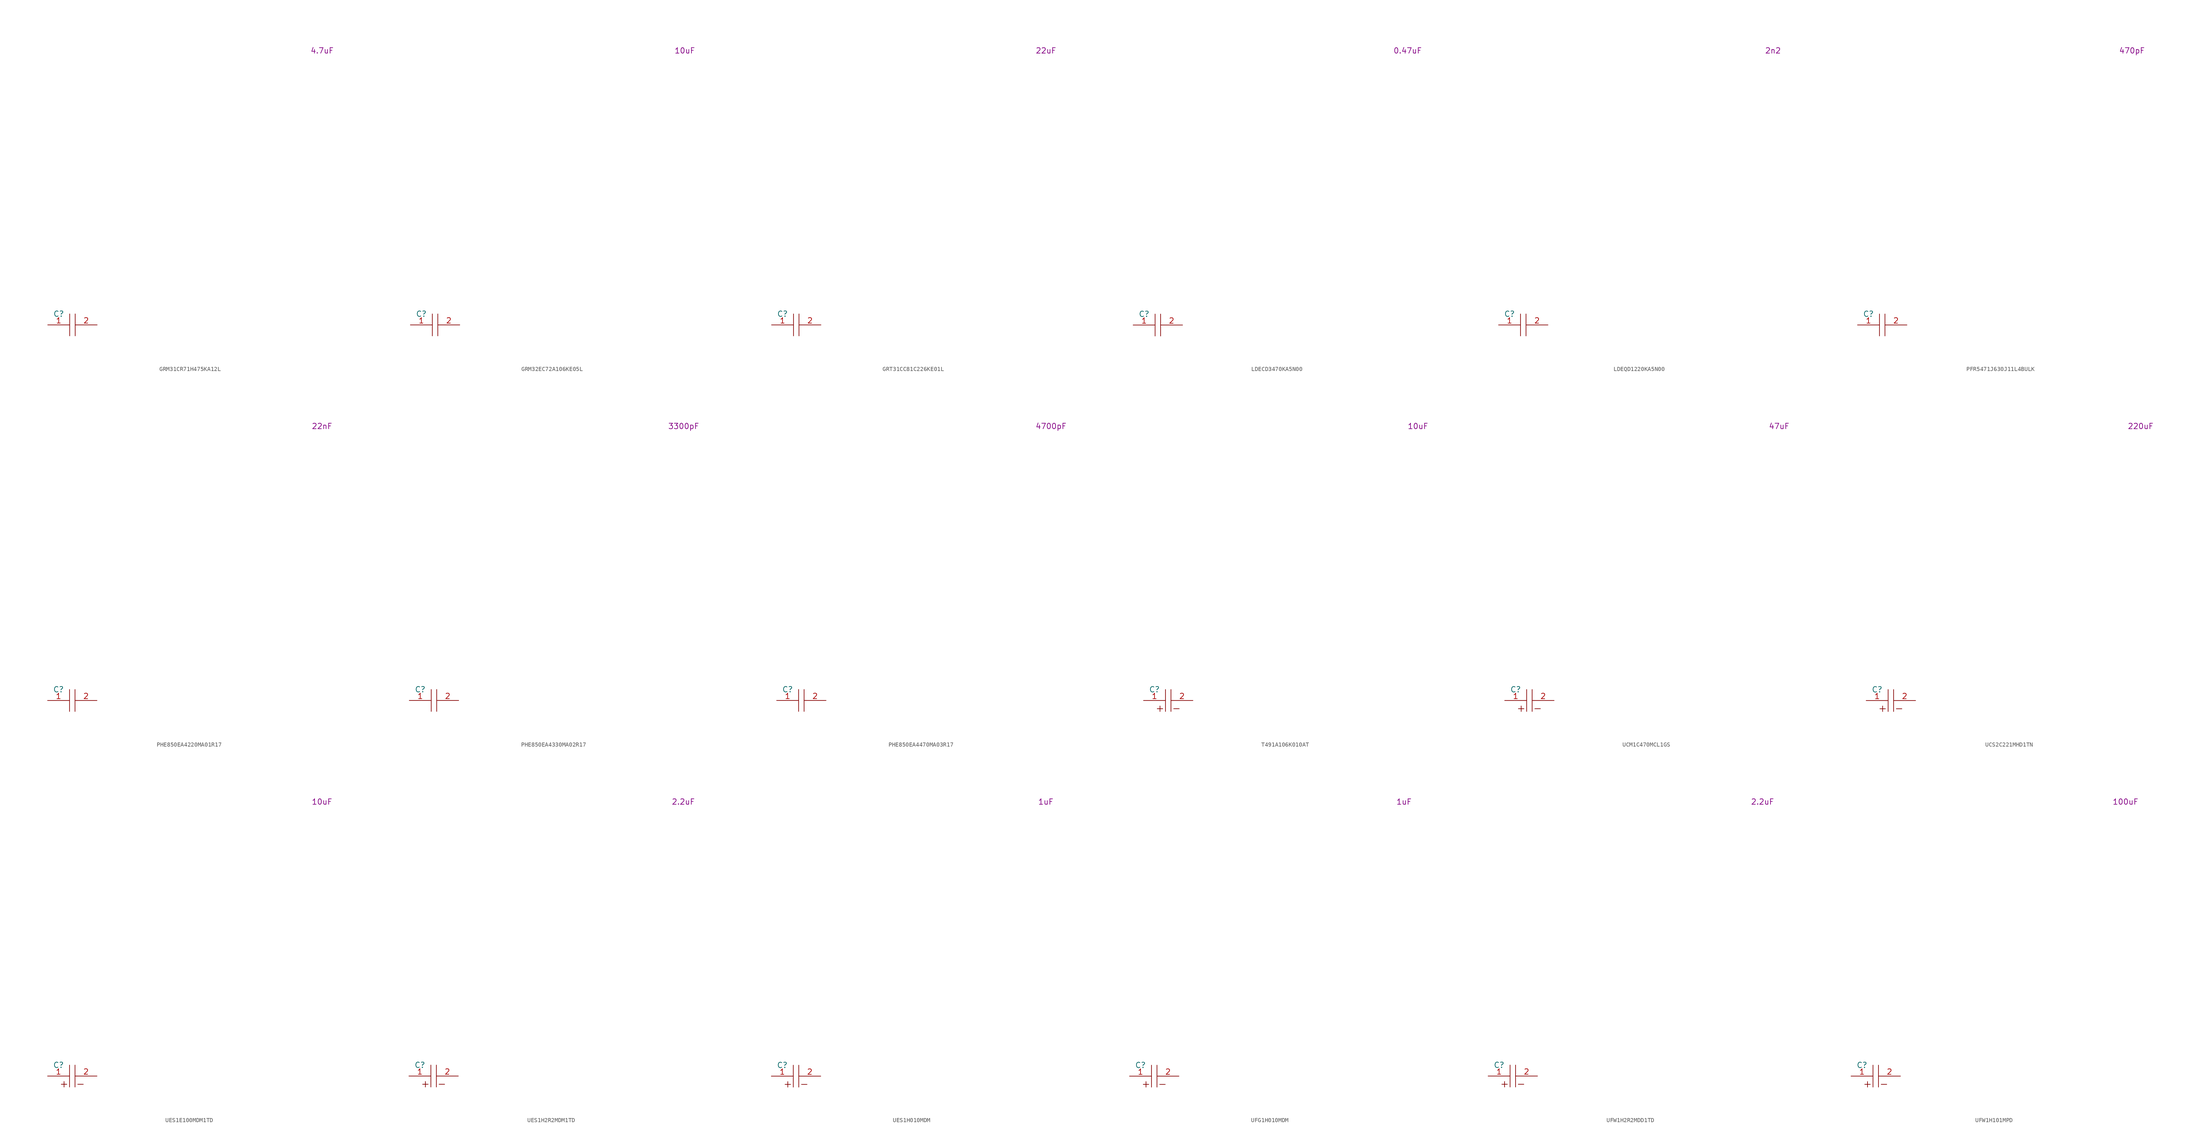
<source format=kicad_sym>
(kicad_symbol_lib
  (version 20241209)
  (generator "kicad_symbol_editor")
  (generator_version "9.0")
  (symbol "GRM31CR71H475KA12L"
    (pin_names
      (offset 1.016))
    (property "Reference" "C"
      (at -2.54 2.54 0)
      (effects (font (size 1.27 1.27))))
    (property "_Value_" "4.7uF"
      (at 58.42 63.5 0)
      (effects (font (size 1.27 1.27))))
    (symbol "GRM31CR71H475KA12L_1_1"
      (polyline (pts (xy 0 2.54) (xy 0 -2.54)) (stroke (width 0) (type solid)) (fill (type none)))
      (polyline (pts (xy 1.27 2.54) (xy 1.27 -2.54)) (stroke (width 0) (type solid)) (fill (type none)))
      (pin input line (at -5.08 0 0) (length 5.08) (name "~" (effects (font (size 1.27 1.27)))) (number "1" (effects (font (size 1.27 1.27)))))
      (pin input line (at 6.35 0 180) (length 5.08) (name "~" (effects (font (size 1.27 1.27)))) (number "2" (effects (font (size 1.27 1.27)))))))
  (symbol "GRM32EC72A106KE05L"
    (pin_names
      (offset 1.016))
    (property "Reference" "C"
      (at -2.54 2.54 0)
      (effects (font (size 1.27 1.27))))
    (property "_Value_" "10uF"
      (at 58.42 63.5 0)
      (effects (font (size 1.27 1.27))))
    (symbol "GRM32EC72A106KE05L_1_1"
      (polyline (pts (xy 0 2.54) (xy 0 -2.54)) (stroke (width 0) (type solid)) (fill (type none)))
      (polyline (pts (xy 1.27 2.54) (xy 1.27 -2.54)) (stroke (width 0) (type solid)) (fill (type none)))
      (pin input line (at -5.08 0 0) (length 5.08) (name "~" (effects (font (size 1.27 1.27)))) (number "1" (effects (font (size 1.27 1.27)))))
      (pin input line (at 6.35 0 180) (length 5.08) (name "~" (effects (font (size 1.27 1.27)))) (number "2" (effects (font (size 1.27 1.27)))))))
  (symbol "GRT31CC81C226KE01L"
    (pin_names
      (offset 1.016))
    (property "Reference" "C"
      (at -2.54 2.54 0)
      (effects (font (size 1.27 1.27))))
    (property "_Value_" "22uF"
      (at 58.42 63.5 0)
      (effects (font (size 1.27 1.27))))
    (symbol "GRT31CC81C226KE01L_1_1"
      (polyline (pts (xy 0 2.54) (xy 0 -2.54)) (stroke (width 0) (type solid)) (fill (type none)))
      (polyline (pts (xy 1.27 2.54) (xy 1.27 -2.54)) (stroke (width 0) (type solid)) (fill (type none)))
      (pin input line (at -5.08 0 0) (length 5.08) (name "~" (effects (font (size 1.27 1.27)))) (number "1" (effects (font (size 1.27 1.27)))))
      (pin input line (at 6.35 0 180) (length 5.08) (name "~" (effects (font (size 1.27 1.27)))) (number "2" (effects (font (size 1.27 1.27)))))))
  (symbol "LDECD3470KA5N00"
    (pin_names
      (offset 1.016))
    (property "Reference" "C"
      (at -2.54 2.54 0)
      (effects (font (size 1.27 1.27))))
    (property "_Value_" "0.47uF"
      (at 58.42 63.5 0)
      (effects (font (size 1.27 1.27))))
    (symbol "LDECD3470KA5N00_1_1"
      (polyline (pts (xy 0 2.54) (xy 0 -2.54)) (stroke (width 0) (type solid)) (fill (type none)))
      (polyline (pts (xy 1.27 2.54) (xy 1.27 -2.54)) (stroke (width 0) (type solid)) (fill (type none)))
      (pin input line (at -5.08 0 0) (length 5.08) (name "~" (effects (font (size 1.27 1.27)))) (number "1" (effects (font (size 1.27 1.27)))))
      (pin input line (at 6.35 0 180) (length 5.08) (name "~" (effects (font (size 1.27 1.27)))) (number "2" (effects (font (size 1.27 1.27)))))))
  (symbol "LDEQD1220KA5N00"
    (pin_names
      (offset 1.016))
    (property "Reference" "C"
      (at -2.54 2.54 0)
      (effects (font (size 1.27 1.27))))
    (property "_Value_" "2n2"
      (at 58.42 63.5 0)
      (effects (font (size 1.27 1.27))))
    (symbol "LDEQD1220KA5N00_1_1"
      (polyline (pts (xy 0 2.54) (xy 0 -2.54)) (stroke (width 0) (type solid)) (fill (type none)))
      (polyline (pts (xy 1.27 2.54) (xy 1.27 -2.54)) (stroke (width 0) (type solid)) (fill (type none)))
      (pin input line (at -5.08 0 0) (length 5.08) (name "~" (effects (font (size 1.27 1.27)))) (number "1" (effects (font (size 1.27 1.27)))))
      (pin input line (at 6.35 0 180) (length 5.08) (name "~" (effects (font (size 1.27 1.27)))) (number "2" (effects (font (size 1.27 1.27)))))))
  (symbol "PFR5471J630J11L4BULK"
    (pin_names
      (offset 1.016))
    (property "Reference" "C"
      (at -2.54 2.54 0)
      (effects (font (size 1.27 1.27))))
    (property "_Value_" "470pF"
      (at 58.42 63.5 0)
      (effects (font (size 1.27 1.27))))
    (symbol "PFR5471J630J11L4BULK_1_1"
      (polyline (pts (xy 0 2.54) (xy 0 -2.54)) (stroke (width 0) (type solid)) (fill (type none)))
      (polyline (pts (xy 1.27 2.54) (xy 1.27 -2.54)) (stroke (width 0) (type solid)) (fill (type none)))
      (pin input line (at -5.08 0 0) (length 5.08) (name "~" (effects (font (size 1.27 1.27)))) (number "1" (effects (font (size 1.27 1.27)))))
      (pin input line (at 6.35 0 180) (length 5.08) (name "~" (effects (font (size 1.27 1.27)))) (number "2" (effects (font (size 1.27 1.27)))))))
  (symbol "PHE850EA4220MA01R17"
    (pin_names
      (offset 1.016))
    (property "Reference" "C"
      (at -2.54 2.54 0)
      (effects (font (size 1.27 1.27))))
    (property "_Value_" "22nF"
      (at 58.42 63.5 0)
      (effects (font (size 1.27 1.27))))
    (symbol "PHE850EA4220MA01R17_1_1"
      (polyline (pts (xy 0 2.54) (xy 0 -2.54)) (stroke (width 0) (type solid)) (fill (type none)))
      (polyline (pts (xy 1.27 2.54) (xy 1.27 -2.54)) (stroke (width 0) (type solid)) (fill (type none)))
      (pin input line (at -5.08 0 0) (length 5.08) (name "~" (effects (font (size 1.27 1.27)))) (number "1" (effects (font (size 1.27 1.27)))))
      (pin input line (at 6.35 0 180) (length 5.08) (name "~" (effects (font (size 1.27 1.27)))) (number "2" (effects (font (size 1.27 1.27)))))))
  (symbol "PHE850EA4330MA02R17"
    (pin_names
      (offset 1.016))
    (property "Reference" "C"
      (at -2.54 2.54 0)
      (effects (font (size 1.27 1.27))))
    (property "_Value_" "3300pF"
      (at 58.42 63.5 0)
      (effects (font (size 1.27 1.27))))
    (symbol "PHE850EA4330MA02R17_1_1"
      (polyline (pts (xy 0 2.54) (xy 0 -2.54)) (stroke (width 0) (type solid)) (fill (type none)))
      (polyline (pts (xy 1.27 2.54) (xy 1.27 -2.54)) (stroke (width 0) (type solid)) (fill (type none)))
      (pin input line (at -5.08 0 0) (length 5.08) (name "~" (effects (font (size 1.27 1.27)))) (number "1" (effects (font (size 1.27 1.27)))))
      (pin input line (at 6.35 0 180) (length 5.08) (name "~" (effects (font (size 1.27 1.27)))) (number "2" (effects (font (size 1.27 1.27)))))))
  (symbol "PHE850EA4470MA03R17"
    (pin_names
      (offset 1.016))
    (property "Reference" "C"
      (at -2.54 2.54 0)
      (effects (font (size 1.27 1.27))))
    (property "_Value_" "4700pF"
      (at 58.42 63.5 0)
      (effects (font (size 1.27 1.27))))
    (symbol "PHE850EA4470MA03R17_1_1"
      (polyline (pts (xy 0 2.54) (xy 0 -2.54)) (stroke (width 0) (type solid)) (fill (type none)))
      (polyline (pts (xy 1.27 2.54) (xy 1.27 -2.54)) (stroke (width 0) (type solid)) (fill (type none)))
      (pin input line (at -5.08 0 0) (length 5.08) (name "~" (effects (font (size 1.27 1.27)))) (number "1" (effects (font (size 1.27 1.27)))))
      (pin input line (at 6.35 0 180) (length 5.08) (name "~" (effects (font (size 1.27 1.27)))) (number "2" (effects (font (size 1.27 1.27)))))))
  (symbol "T491A106K010AT"
    (pin_names
      (offset 1.016))
    (property "Reference" "C"
      (at -2.54 2.54 0)
      (effects (font (size 1.27 1.27))))
    (property "_Value_" "10uF"
      (at 58.42 63.5 0)
      (effects (font (size 1.27 1.27))))
    (symbol "T491A106K010AT_0_1"
      (polyline (pts (xy -1.27 -1.27) (xy -1.27 -2.54)) (stroke (width 0) (type solid)) (fill (type none)))
      (polyline (pts (xy -0.635 -1.905) (xy -1.905 -1.905)) (stroke (width 0) (type solid)) (fill (type none)))
      (polyline (pts (xy 1.905 -1.905) (xy 3.175 -1.905)) (stroke (width 0) (type solid)) (fill (type none))))
    (symbol "T491A106K010AT_1_1"
      (polyline (pts (xy 0 2.54) (xy 0 -2.54)) (stroke (width 0) (type solid)) (fill (type none)))
      (polyline (pts (xy 1.27 2.54) (xy 1.27 -2.54)) (stroke (width 0) (type solid)) (fill (type none)))
      (pin input line (at -5.08 0 0) (length 5.08) (name "~" (effects (font (size 1.27 1.27)))) (number "1" (effects (font (size 1.27 1.27)))))
      (pin input line (at 6.35 0 180) (length 5.08) (name "~" (effects (font (size 1.27 1.27)))) (number "2" (effects (font (size 1.27 1.27)))))))
  (symbol "UCM1C470MCL1GS"
    (pin_names
      (offset 1.016))
    (property "Reference" "C"
      (at -2.54 2.54 0)
      (effects (font (size 1.27 1.27))))
    (property "_Value_" "47uF"
      (at 58.42 63.5 0)
      (effects (font (size 1.27 1.27))))
    (symbol "UCM1C470MCL1GS_0_1"
      (polyline (pts (xy -1.27 -1.27) (xy -1.27 -2.54)) (stroke (width 0) (type solid)) (fill (type none)))
      (polyline (pts (xy -0.635 -1.905) (xy -1.905 -1.905)) (stroke (width 0) (type solid)) (fill (type none)))
      (polyline (pts (xy 1.905 -1.905) (xy 3.175 -1.905)) (stroke (width 0) (type solid)) (fill (type none))))
    (symbol "UCM1C470MCL1GS_1_1"
      (polyline (pts (xy 0 2.54) (xy 0 -2.54)) (stroke (width 0) (type solid)) (fill (type none)))
      (polyline (pts (xy 1.27 2.54) (xy 1.27 -2.54)) (stroke (width 0) (type solid)) (fill (type none)))
      (pin input line (at -5.08 0 0) (length 5.08) (name "~" (effects (font (size 1.27 1.27)))) (number "1" (effects (font (size 1.27 1.27)))))
      (pin input line (at 6.35 0 180) (length 5.08) (name "~" (effects (font (size 1.27 1.27)))) (number "2" (effects (font (size 1.27 1.27)))))))
  (symbol "UCS2C221MHD1TN"
    (pin_names
      (offset 1.016))
    (property "Reference" "C"
      (at -2.54 2.54 0)
      (effects (font (size 1.27 1.27))))
    (property "_Value_" "220uF"
      (at 58.42 63.5 0)
      (effects (font (size 1.27 1.27))))
    (symbol "UCS2C221MHD1TN_0_1"
      (polyline (pts (xy -1.27 -1.27) (xy -1.27 -2.54)) (stroke (width 0) (type solid)) (fill (type none)))
      (polyline (pts (xy -0.635 -1.905) (xy -1.905 -1.905)) (stroke (width 0) (type solid)) (fill (type none)))
      (polyline (pts (xy 1.905 -1.905) (xy 3.175 -1.905)) (stroke (width 0) (type solid)) (fill (type none))))
    (symbol "UCS2C221MHD1TN_1_1"
      (polyline (pts (xy 0 2.54) (xy 0 -2.54)) (stroke (width 0) (type solid)) (fill (type none)))
      (polyline (pts (xy 1.27 2.54) (xy 1.27 -2.54)) (stroke (width 0) (type solid)) (fill (type none)))
      (pin input line (at -5.08 0 0) (length 5.08) (name "~" (effects (font (size 1.27 1.27)))) (number "1" (effects (font (size 1.27 1.27)))))
      (pin input line (at 6.35 0 180) (length 5.08) (name "~" (effects (font (size 1.27 1.27)))) (number "2" (effects (font (size 1.27 1.27)))))))
  (symbol "UES1E100MDM1TD"
    (pin_names
      (offset 1.016))
    (property "Reference" "C"
      (at -2.54 2.54 0)
      (effects (font (size 1.27 1.27))))
    (property "_Value_" "10uF"
      (at 58.42 63.5 0)
      (effects (font (size 1.27 1.27))))
    (symbol "UES1E100MDM1TD_0_1"
      (polyline (pts (xy -1.27 -1.27) (xy -1.27 -2.54)) (stroke (width 0) (type solid)) (fill (type none)))
      (polyline (pts (xy -0.635 -1.905) (xy -1.905 -1.905)) (stroke (width 0) (type solid)) (fill (type none)))
      (polyline (pts (xy 1.905 -1.905) (xy 3.175 -1.905)) (stroke (width 0) (type solid)) (fill (type none))))
    (symbol "UES1E100MDM1TD_1_1"
      (polyline (pts (xy 0 2.54) (xy 0 -2.54)) (stroke (width 0) (type solid)) (fill (type none)))
      (polyline (pts (xy 1.27 2.54) (xy 1.27 -2.54)) (stroke (width 0) (type solid)) (fill (type none)))
      (pin input line (at -5.08 0 0) (length 5.08) (name "~" (effects (font (size 1.27 1.27)))) (number "1" (effects (font (size 1.27 1.27)))))
      (pin input line (at 6.35 0 180) (length 5.08) (name "~" (effects (font (size 1.27 1.27)))) (number "2" (effects (font (size 1.27 1.27)))))))
  (symbol "UES1H2R2MDM1TD"
    (pin_names
      (offset 1.016))
    (property "Reference" "C"
      (at -2.54 2.54 0)
      (effects (font (size 1.27 1.27))))
    (property "_Value_" "2.2uF"
      (at 58.42 63.5 0)
      (effects (font (size 1.27 1.27))))
    (symbol "UES1H2R2MDM1TD_0_1"
      (polyline (pts (xy -1.27 -1.27) (xy -1.27 -2.54)) (stroke (width 0) (type solid)) (fill (type none)))
      (polyline (pts (xy -0.635 -1.905) (xy -1.905 -1.905)) (stroke (width 0) (type solid)) (fill (type none)))
      (polyline (pts (xy 1.905 -1.905) (xy 3.175 -1.905)) (stroke (width 0) (type solid)) (fill (type none))))
    (symbol "UES1H2R2MDM1TD_1_1"
      (polyline (pts (xy 0 2.54) (xy 0 -2.54)) (stroke (width 0) (type solid)) (fill (type none)))
      (polyline (pts (xy 1.27 2.54) (xy 1.27 -2.54)) (stroke (width 0) (type solid)) (fill (type none)))
      (pin input line (at -5.08 0 0) (length 5.08) (name "~" (effects (font (size 1.27 1.27)))) (number "1" (effects (font (size 1.27 1.27)))))
      (pin input line (at 6.35 0 180) (length 5.08) (name "~" (effects (font (size 1.27 1.27)))) (number "2" (effects (font (size 1.27 1.27)))))))
  (symbol "UES1H010MDM"
    (pin_names
      (offset 1.016))
    (property "Reference" "C"
      (at -2.54 2.54 0)
      (effects (font (size 1.27 1.27))))
    (property "_Value_" "1uF"
      (at 58.42 63.5 0)
      (effects (font (size 1.27 1.27))))
    (symbol "UES1H010MDM_0_1"
      (polyline (pts (xy -1.27 -1.27) (xy -1.27 -2.54)) (stroke (width 0) (type solid)) (fill (type none)))
      (polyline (pts (xy -0.635 -1.905) (xy -1.905 -1.905)) (stroke (width 0) (type solid)) (fill (type none)))
      (polyline (pts (xy 1.905 -1.905) (xy 3.175 -1.905)) (stroke (width 0) (type solid)) (fill (type none))))
    (symbol "UES1H010MDM_1_1"
      (polyline (pts (xy 0 2.54) (xy 0 -2.54)) (stroke (width 0) (type solid)) (fill (type none)))
      (polyline (pts (xy 1.27 2.54) (xy 1.27 -2.54)) (stroke (width 0) (type solid)) (fill (type none)))
      (pin input line (at -5.08 0 0) (length 5.08) (name "~" (effects (font (size 1.27 1.27)))) (number "1" (effects (font (size 1.27 1.27)))))
      (pin input line (at 6.35 0 180) (length 5.08) (name "~" (effects (font (size 1.27 1.27)))) (number "2" (effects (font (size 1.27 1.27)))))))
  (symbol "UFG1H010MDM"
    (pin_names
      (offset 1.016))
    (property "Reference" "C"
      (at -2.54 2.54 0)
      (effects (font (size 1.27 1.27))))
    (property "_Value_" "1uF"
      (at 58.42 63.5 0)
      (effects (font (size 1.27 1.27))))
    (symbol "UFG1H010MDM_0_1"
      (polyline (pts (xy -1.27 -1.27) (xy -1.27 -2.54)) (stroke (width 0) (type solid)) (fill (type none)))
      (polyline (pts (xy -0.635 -1.905) (xy -1.905 -1.905)) (stroke (width 0) (type solid)) (fill (type none)))
      (polyline (pts (xy 1.905 -1.905) (xy 3.175 -1.905)) (stroke (width 0) (type solid)) (fill (type none))))
    (symbol "UFG1H010MDM_1_1"
      (polyline (pts (xy 0 2.54) (xy 0 -2.54)) (stroke (width 0) (type solid)) (fill (type none)))
      (polyline (pts (xy 1.27 2.54) (xy 1.27 -2.54)) (stroke (width 0) (type solid)) (fill (type none)))
      (pin input line (at -5.08 0 0) (length 5.08) (name "~" (effects (font (size 1.27 1.27)))) (number "1" (effects (font (size 1.27 1.27)))))
      (pin input line (at 6.35 0 180) (length 5.08) (name "~" (effects (font (size 1.27 1.27)))) (number "2" (effects (font (size 1.27 1.27)))))))
  (symbol "UFW1H2R2MDD1TD"
    (pin_names
      (offset 1.016))
    (property "Reference" "C"
      (at -2.54 2.54 0)
      (effects (font (size 1.27 1.27))))
    (property "_Value_" "2.2uF"
      (at 58.42 63.5 0)
      (effects (font (size 1.27 1.27))))
    (symbol "UFW1H2R2MDD1TD_0_1"
      (polyline (pts (xy -1.27 -1.27) (xy -1.27 -2.54)) (stroke (width 0) (type solid)) (fill (type none)))
      (polyline (pts (xy -0.635 -1.905) (xy -1.905 -1.905)) (stroke (width 0) (type solid)) (fill (type none)))
      (polyline (pts (xy 1.905 -1.905) (xy 3.175 -1.905)) (stroke (width 0) (type solid)) (fill (type none))))
    (symbol "UFW1H2R2MDD1TD_1_1"
      (polyline (pts (xy 0 2.54) (xy 0 -2.54)) (stroke (width 0) (type solid)) (fill (type none)))
      (polyline (pts (xy 1.27 2.54) (xy 1.27 -2.54)) (stroke (width 0) (type solid)) (fill (type none)))
      (pin input line (at -5.08 0 0) (length 5.08) (name "~" (effects (font (size 1.27 1.27)))) (number "1" (effects (font (size 1.27 1.27)))))
      (pin input line (at 6.35 0 180) (length 5.08) (name "~" (effects (font (size 1.27 1.27)))) (number "2" (effects (font (size 1.27 1.27)))))))
  (symbol "UFW1H101MPD"
    (pin_names
      (offset 1.016))
    (property "Reference" "C"
      (at -2.54 2.54 0)
      (effects (font (size 1.27 1.27))))
    (property "_Value_" "100uF"
      (at 58.42 63.5 0)
      (effects (font (size 1.27 1.27))))
    (symbol "UFW1H101MPD_0_1"
      (polyline (pts (xy -1.27 -1.27) (xy -1.27 -2.54)) (stroke (width 0) (type solid)) (fill (type none)))
      (polyline (pts (xy -0.635 -1.905) (xy -1.905 -1.905)) (stroke (width 0) (type solid)) (fill (type none)))
      (polyline (pts (xy 1.905 -1.905) (xy 3.175 -1.905)) (stroke (width 0) (type solid)) (fill (type none))))
    (symbol "UFW1H101MPD_1_1"
      (polyline (pts (xy 0 2.54) (xy 0 -2.54)) (stroke (width 0) (type solid)) (fill (type none)))
      (polyline (pts (xy 1.27 2.54) (xy 1.27 -2.54)) (stroke (width 0) (type solid)) (fill (type none)))
      (pin input line (at -5.08 0 0) (length 5.08) (name "~" (effects (font (size 1.27 1.27)))) (number "1" (effects (font (size 1.27 1.27)))))
      (pin input line (at 6.35 0 180) (length 5.08) (name "~" (effects (font (size 1.27 1.27)))) (number "2" (effects (font (size 1.27 1.27))))))))
</source>
